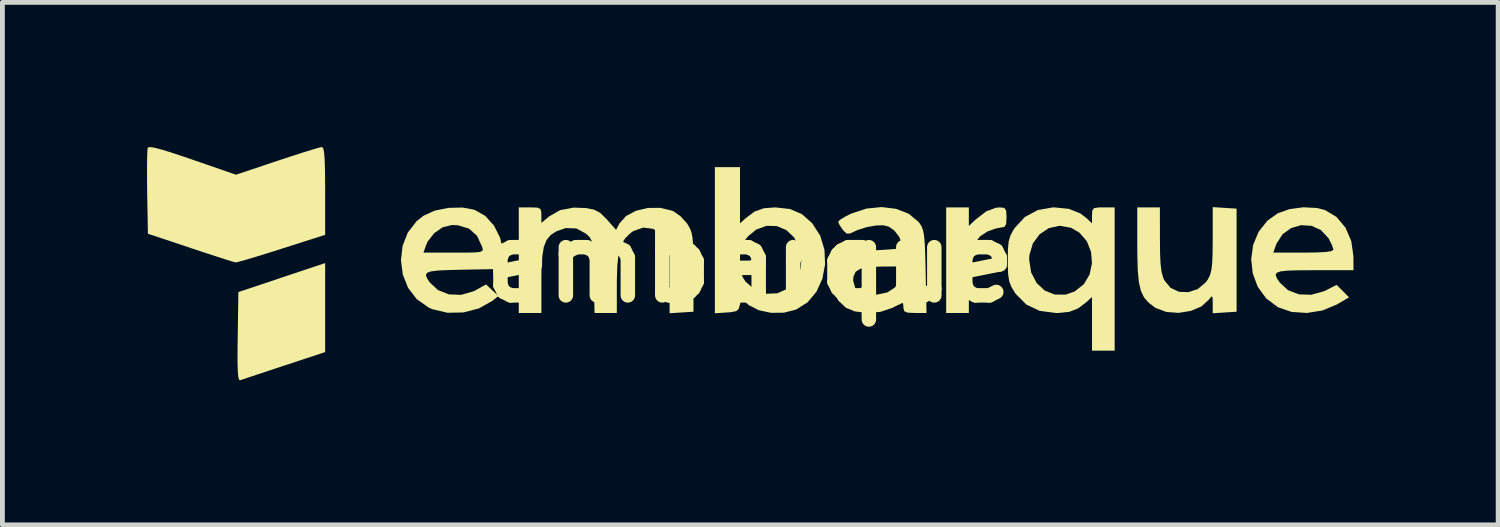
<source format=kicad_pcb>
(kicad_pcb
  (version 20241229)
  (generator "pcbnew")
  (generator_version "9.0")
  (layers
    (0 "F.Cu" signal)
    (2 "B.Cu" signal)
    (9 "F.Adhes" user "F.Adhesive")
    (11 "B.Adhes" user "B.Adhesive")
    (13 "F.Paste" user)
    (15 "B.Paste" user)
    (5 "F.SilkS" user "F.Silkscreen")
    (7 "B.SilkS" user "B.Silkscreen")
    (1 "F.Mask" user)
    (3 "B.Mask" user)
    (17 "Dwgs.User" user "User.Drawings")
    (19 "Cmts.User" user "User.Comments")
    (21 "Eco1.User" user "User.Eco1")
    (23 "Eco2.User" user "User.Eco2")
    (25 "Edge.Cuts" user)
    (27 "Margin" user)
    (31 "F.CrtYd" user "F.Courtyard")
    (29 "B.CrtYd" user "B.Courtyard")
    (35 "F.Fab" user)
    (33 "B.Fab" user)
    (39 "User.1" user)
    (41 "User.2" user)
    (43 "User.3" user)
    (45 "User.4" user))
  (footprint "embarque"
    (layer "F.Cu")
    (at 12.509 2.399)
    (property "Reference" "embarque" (at 0 0 0) (layer "F.SilkS") (effects (font (size 1.5 1.5) (thickness 0.3))))
    (attr board_only exclude_from_pos_files exclude_from_bom)
    (fp_poly (pts (xy -8.814 0.931) (xy -8.814 1.854) (xy -9.662 2.134) (xy -9.945 2.228) (xy -10.196 2.311) (xy -10.397 2.378) (xy -10.531 2.423) (xy -10.576 2.439) (xy -10.6 2.427) (xy -10.617 2.365) (xy -10.627 2.24) (xy -10.632 2.04) (xy -10.631 1.755) (xy -10.628 1.536) (xy -10.614 0.609) (xy -9.714 0.308) (xy -8.814 0.008)) (stroke (width 0) (type solid)) (fill yes) (layer "F.SilkS"))
    (fp_poly (pts (xy 4.538 -0.955) (xy 4.538 -0.763) (xy 4.681 -0.897) (xy 4.896 -1.063) (xy 5.095 -1.139) (xy 5.186 -1.147) (xy 5.272 -1.137) (xy 5.311 -1.084) (xy 5.32 -0.961) (xy 5.32 -0.939) (xy 5.312 -0.803) (xy 5.277 -0.743) (xy 5.21 -0.73) (xy 5.092 -0.708) (xy 4.941 -0.654) (xy 4.917 -0.643) (xy 4.771 -0.547) (xy 4.665 -0.411) (xy 4.594 -0.219) (xy 4.554 0.044) (xy 4.539 0.392) (xy 4.539 0.456) (xy 4.538 1.043) (xy 4.303 1.043) (xy 4.068 1.043) (xy 4.068 -0.052) (xy 4.068 -1.147) (xy 4.303 -1.147) (xy 4.538 -1.147)) (stroke (width 0) (type solid)) (fill yes) (layer "F.SilkS"))
    (fp_poly (pts (xy -8.856 -2.376) (xy -8.838 -2.299) (xy -8.825 -2.157) (xy -8.818 -1.938) (xy -8.815 -1.63) (xy -8.814 -1.488) (xy -8.814 -0.578) (xy -9.719 -0.289) (xy -10.01 -0.197) (xy -10.268 -0.117) (xy -10.475 -0.056) (xy -10.615 -0.017) (xy -10.671 -0.005) (xy -10.733 -0.022) (xy -10.878 -0.067) (xy -11.088 -0.135) (xy -11.347 -0.219) (xy -11.605 -0.305) (xy -12.491 -0.6) (xy -12.506 -1.458) (xy -12.509 -1.751) (xy -12.509 -2.008) (xy -12.506 -2.213) (xy -12.5 -2.345) (xy -12.495 -2.384) (xy -12.455 -2.399) (xy -12.354 -2.385) (xy -12.183 -2.34) (xy -11.932 -2.261) (xy -11.593 -2.147) (xy -11.567 -2.137) (xy -10.664 -1.825) (xy -9.806 -2.112) (xy -9.522 -2.206) (xy -9.269 -2.287) (xy -9.066 -2.35) (xy -8.93 -2.389) (xy -8.881 -2.399)) (stroke (width 0) (type solid)) (fill yes) (layer "F.SilkS"))
    (fp_poly (pts (xy 9.844 -1.137) (xy 10.092 -1.121) (xy 10.092 -0.052) (xy 10.092 1.017) (xy 9.844 1.033) (xy 9.597 1.049) (xy 9.597 0.852) (xy 9.594 0.728) (xy 9.577 0.696) (xy 9.536 0.742) (xy 9.52 0.764) (xy 9.362 0.908) (xy 9.14 1.001) (xy 8.888 1.041) (xy 8.636 1.022) (xy 8.416 0.94) (xy 8.392 0.925) (xy 8.266 0.828) (xy 8.172 0.721) (xy 8.107 0.584) (xy 8.065 0.403) (xy 8.042 0.16) (xy 8.033 -0.162) (xy 8.032 -0.352) (xy 8.032 -1.147) (xy 8.267 -1.147) (xy 8.501 -1.147) (xy 8.502 -0.482) (xy 8.505 -0.18) (xy 8.516 0.039) (xy 8.537 0.197) (xy 8.57 0.313) (xy 8.593 0.365) (xy 8.722 0.522) (xy 8.897 0.604) (xy 9.095 0.611) (xy 9.288 0.546) (xy 9.453 0.407) (xy 9.498 0.343) (xy 9.54 0.259) (xy 9.569 0.153) (xy 9.586 0.007) (xy 9.594 -0.202) (xy 9.597 -0.485) (xy 9.597 -1.153)) (stroke (width 0) (type solid)) (fill yes) (layer "F.SilkS"))
    (fp_poly (pts (xy -0.209 -1.399) (xy -0.209 -0.816) (xy -0.091 -0.923) (xy 0.092 -1.06) (xy 0.285 -1.129) (xy 0.52 -1.147) (xy 0.827 -1.114) (xy 1.077 -1.006) (xy 1.289 -0.818) (xy 1.455 -0.56) (xy 1.543 -0.268) (xy 1.556 0.036) (xy 1.5 0.333) (xy 1.377 0.602) (xy 1.192 0.823) (xy 0.954 0.973) (xy 0.703 1.037) (xy 0.434 1.04) (xy 0.181 0.986) (xy -0.027 0.88) (xy -0.108 0.804) (xy -0.162 0.751) (xy -0.19 0.778) (xy -0.209 0.865) (xy -0.235 0.958) (xy -0.29 1.006) (xy -0.405 1.027) (xy -0.483 1.033) (xy -0.73 1.049) (xy -0.73 -0.06) (xy -0.209 -0.06) (xy -0.197 0.15) (xy -0.155 0.297) (xy -0.096 0.39) (xy 0.098 0.562) (xy 0.324 0.645) (xy 0.563 0.635) (xy 0.766 0.546) (xy 0.948 0.368) (xy 1.046 0.13) (xy 1.063 -0.046) (xy 1.023 -0.312) (xy 0.913 -0.525) (xy 0.751 -0.677) (xy 0.554 -0.759) (xy 0.34 -0.765) (xy 0.126 -0.686) (xy -0.039 -0.55) (xy -0.137 -0.431) (xy -0.188 -0.321) (xy -0.207 -0.175) (xy -0.209 -0.06) (xy -0.73 -0.06) (xy -0.73 -0.467) (xy -0.73 -1.982) (xy -0.469 -1.982) (xy -0.209 -1.982)) (stroke (width 0) (type solid)) (fill yes) (layer "F.SilkS"))
    (fp_poly (pts (xy -5.719 -1.098) (xy -5.495 -0.972) (xy -5.312 -0.77) (xy -5.183 -0.513) (xy -5.121 -0.226) (xy -5.121 -0.062) (xy -5.137 0.13) (xy -5.933 0.145) (xy -6.253 0.152) (xy -6.481 0.163) (xy -6.628 0.182) (xy -6.705 0.213) (xy -6.724 0.261) (xy -6.697 0.33) (xy -6.647 0.406) (xy -6.474 0.568) (xy -6.248 0.657) (xy -5.995 0.667) (xy -5.74 0.595) (xy -5.679 0.564) (xy -5.477 0.451) (xy -5.348 0.571) (xy -5.22 0.692) (xy -5.345 0.791) (xy -5.623 0.948) (xy -5.944 1.032) (xy -6.277 1.039) (xy -6.59 0.965) (xy -6.665 0.932) (xy -6.915 0.756) (xy -7.095 0.52) (xy -7.204 0.244) (xy -7.242 -0.052) (xy -7.224 -0.209) (xy -6.775 -0.209) (xy -6.148 -0.209) (xy -5.884 -0.209) (xy -5.709 -0.213) (xy -5.604 -0.223) (xy -5.555 -0.244) (xy -5.545 -0.277) (xy -5.557 -0.326) (xy -5.665 -0.559) (xy -5.831 -0.707) (xy -6.061 -0.776) (xy -6.18 -0.782) (xy -6.373 -0.736) (xy -6.553 -0.612) (xy -6.688 -0.438) (xy -6.72 -0.365) (xy -6.775 -0.209) (xy -7.224 -0.209) (xy -7.208 -0.348) (xy -7.1 -0.625) (xy -6.916 -0.862) (xy -6.778 -0.972) (xy -6.544 -1.079) (xy -6.257 -1.137) (xy -5.962 -1.144)) (stroke (width 0) (type solid)) (fill yes) (layer "F.SilkS"))
    (fp_poly (pts (xy 11.755 -1.135) (xy 11.927 -1.092) (xy 12.165 -0.948) (xy 12.35 -0.728) (xy 12.471 -0.449) (xy 12.516 -0.129) (xy 12.516 -0.117) (xy 12.517 0.156) (xy 11.709 0.156) (xy 11.385 0.158) (xy 11.154 0.164) (xy 11.004 0.18) (xy 10.924 0.209) (xy 10.902 0.256) (xy 10.928 0.323) (xy 10.982 0.406) (xy 11.156 0.569) (xy 11.383 0.657) (xy 11.642 0.665) (xy 11.908 0.591) (xy 11.953 0.569) (xy 12.167 0.46) (xy 12.296 0.589) (xy 12.425 0.719) (xy 12.171 0.867) (xy 11.875 0.991) (xy 11.551 1.043) (xy 11.232 1.021) (xy 10.953 0.926) (xy 10.706 0.741) (xy 10.53 0.5) (xy 10.427 0.222) (xy 10.395 -0.073) (xy 10.414 -0.209) (xy 10.854 -0.209) (xy 11.477 -0.209) (xy 11.759 -0.212) (xy 11.949 -0.222) (xy 12.058 -0.24) (xy 12.099 -0.267) (xy 12.1 -0.274) (xy 12.074 -0.358) (xy 12.011 -0.483) (xy 11.996 -0.51) (xy 11.841 -0.677) (xy 11.645 -0.765) (xy 11.431 -0.778) (xy 11.223 -0.718) (xy 11.045 -0.589) (xy 10.919 -0.393) (xy 10.908 -0.365) (xy 10.854 -0.209) (xy 10.414 -0.209) (xy 10.435 -0.367) (xy 10.548 -0.64) (xy 10.732 -0.872) (xy 10.948 -1.026) (xy 11.19 -1.111) (xy 11.475 -1.149)) (stroke (width 0) (type solid)) (fill yes) (layer "F.SilkS"))
    (fp_poly (pts (xy 7.563 0.339) (xy 7.563 1.825) (xy 7.328 1.825) (xy 7.093 1.825) (xy 7.093 1.269) (xy 7.093 0.712) (xy 6.976 0.819) (xy 6.804 0.949) (xy 6.623 1.019) (xy 6.392 1.043) (xy 6.338 1.043) (xy 6.006 0.999) (xy 5.731 0.869) (xy 5.514 0.651) (xy 5.489 0.616) (xy 5.418 0.497) (xy 5.375 0.385) (xy 5.354 0.247) (xy 5.346 0.05) (xy 5.346 -0.052) (xy 5.346 -0.068) (xy 5.789 -0.068) (xy 5.83 0.201) (xy 5.943 0.419) (xy 6.111 0.577) (xy 6.318 0.661) (xy 6.548 0.662) (xy 6.733 0.597) (xy 6.924 0.446) (xy 7.043 0.244) (xy 7.092 0.013) (xy 7.073 -0.224) (xy 6.986 -0.444) (xy 6.832 -0.623) (xy 6.656 -0.725) (xy 6.419 -0.766) (xy 6.196 -0.716) (xy 6.006 -0.589) (xy 5.866 -0.399) (xy 5.795 -0.16) (xy 5.789 -0.068) (xy 5.346 -0.068) (xy 5.349 -0.281) (xy 5.364 -0.439) (xy 5.398 -0.558) (xy 5.457 -0.67) (xy 5.489 -0.72) (xy 5.7 -0.948) (xy 5.968 -1.092) (xy 6.281 -1.147) (xy 6.305 -1.147) (xy 6.612 -1.117) (xy 6.852 -1.021) (xy 6.976 -0.926) (xy 7.093 -0.816) (xy 7.093 -0.982) (xy 7.099 -1.084) (xy 7.136 -1.132) (xy 7.233 -1.146) (xy 7.328 -1.147) (xy 7.563 -1.147)) (stroke (width 0) (type solid)) (fill yes) (layer "F.SilkS"))
    (fp_poly (pts (xy -4.419 -1.143) (xy -4.351 -1.117) (xy -4.33 -1.049) (xy -4.329 -0.986) (xy -4.329 -0.825) (xy -4.171 -0.958) (xy -3.941 -1.09) (xy -3.655 -1.143) (xy -3.4 -1.133) (xy -3.234 -1.1) (xy -3.106 -1.031) (xy -2.972 -0.899) (xy -2.968 -0.894) (xy -2.78 -0.682) (xy -2.709 -0.815) (xy -2.572 -0.968) (xy -2.367 -1.077) (xy -2.121 -1.135) (xy -1.863 -1.138) (xy -1.62 -1.079) (xy -1.586 -1.064) (xy -1.442 -0.963) (xy -1.312 -0.82) (xy -1.292 -0.79) (xy -1.247 -0.71) (xy -1.215 -0.626) (xy -1.194 -0.519) (xy -1.182 -0.37) (xy -1.176 -0.159) (xy -1.174 0.133) (xy -1.174 0.209) (xy -1.174 1.017) (xy -1.421 1.033) (xy -1.669 1.049) (xy -1.669 0.312) (xy -1.669 -0.425) (xy -1.821 -0.578) (xy -2.01 -0.702) (xy -2.217 -0.728) (xy -2.423 -0.655) (xy -2.477 -0.617) (xy -2.592 -0.505) (xy -2.674 -0.368) (xy -2.726 -0.186) (xy -2.754 0.058) (xy -2.764 0.385) (xy -2.764 0.442) (xy -2.764 1.043) (xy -2.995 1.043) (xy -3.226 1.043) (xy -3.243 0.282) (xy -3.25 -0.014) (xy -3.258 -0.224) (xy -3.271 -0.366) (xy -3.291 -0.46) (xy -3.323 -0.522) (xy -3.369 -0.572) (xy -3.406 -0.604) (xy -3.603 -0.71) (xy -3.825 -0.718) (xy -4.018 -0.651) (xy -4.136 -0.574) (xy -4.221 -0.471) (xy -4.278 -0.328) (xy -4.311 -0.126) (xy -4.327 0.152) (xy -4.329 0.389) (xy -4.329 1.043) (xy -4.564 1.043) (xy -4.798 1.043) (xy -4.798 -0.052) (xy -4.798 -1.147) (xy -4.564 -1.147)) (stroke (width 0) (type solid)) (fill yes) (layer "F.SilkS"))
    (fp_poly (pts (xy 3.029 -1.117) (xy 3.291 -1.015) (xy 3.492 -0.849) (xy 3.517 -0.818) (xy 3.558 -0.753) (xy 3.587 -0.675) (xy 3.608 -0.567) (xy 3.623 -0.41) (xy 3.633 -0.187) (xy 3.641 0.119) (xy 3.642 0.186) (xy 3.66 1.043) (xy 3.421 1.043) (xy 3.272 1.037) (xy 3.201 1.009) (xy 3.182 0.95) (xy 3.182 0.939) (xy 3.175 0.854) (xy 3.166 0.834) (xy 3.115 0.856) (xy 3.004 0.91) (xy 2.947 0.939) (xy 2.703 1.02) (xy 2.431 1.044) (xy 2.171 1.01) (xy 1.992 0.937) (xy 1.831 0.787) (xy 1.715 0.579) (xy 1.671 0.369) (xy 2.138 0.369) (xy 2.182 0.528) (xy 2.307 0.629) (xy 2.51 0.667) (xy 2.625 0.663) (xy 2.846 0.617) (xy 3.001 0.517) (xy 3.005 0.513) (xy 3.098 0.378) (xy 3.144 0.233) (xy 3.144 0.232) (xy 3.155 0.078) (xy 2.731 0.08) (xy 2.468 0.09) (xy 2.292 0.124) (xy 2.19 0.188) (xy 2.144 0.29) (xy 2.138 0.369) (xy 1.671 0.369) (xy 1.669 0.359) (xy 1.669 0.354) (xy 1.708 0.195) (xy 1.804 0.022) (xy 1.93 -0.121) (xy 1.992 -0.165) (xy 2.095 -0.196) (xy 2.272 -0.226) (xy 2.495 -0.25) (xy 2.634 -0.259) (xy 2.87 -0.273) (xy 3.021 -0.286) (xy 3.104 -0.306) (xy 3.139 -0.338) (xy 3.143 -0.387) (xy 3.14 -0.417) (xy 3.09 -0.542) (xy 2.993 -0.665) (xy 2.987 -0.671) (xy 2.876 -0.749) (xy 2.754 -0.777) (xy 2.608 -0.771) (xy 2.414 -0.736) (xy 2.23 -0.677) (xy 2.189 -0.659) (xy 2.07 -0.605) (xy 2.002 -0.604) (xy 1.942 -0.661) (xy 1.919 -0.689) (xy 1.852 -0.789) (xy 1.827 -0.85) (xy 1.869 -0.892) (xy 1.981 -0.96) (xy 2.099 -1.019) (xy 2.411 -1.122) (xy 2.728 -1.154)) (stroke (width 0) (type solid)) (fill yes) (layer "F.SilkS")))
  (gr_rect
    (start -3 -3)
    (end 28.027 7.838)
    (stroke (width 0.1) (type default))
    (fill no)
    (layer "Edge.Cuts")))
</source>
